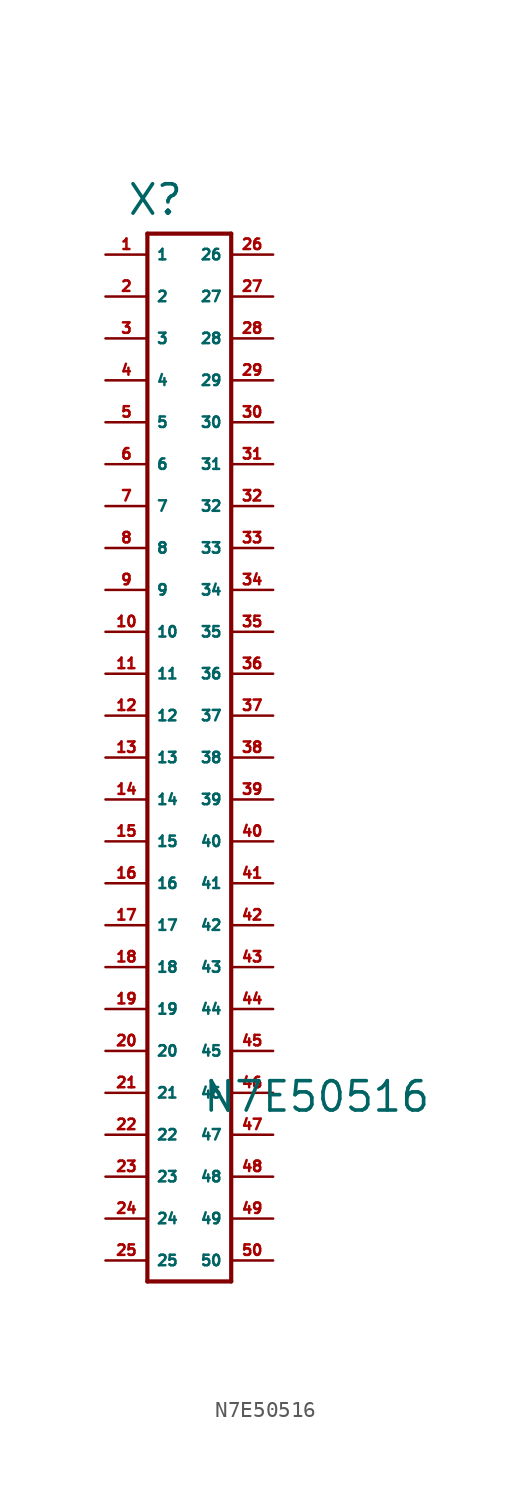
<source format=kicad_sym>
(kicad_symbol_lib
  (version 20220914)
  (generator Eagle2Kicad)
  (symbol "N7E50516"
    (property "Reference" "X"
      (at -3.81 30.226 0)
      (effects (font (size 1.778 1.778) (thickness 0.22)) (justify left bottom)))
    (property "Value" "N7E50516"
      (at 0.762 -24.13 0)
      (effects (font (size 1.778 1.778) (thickness 0.22)) (justify left bottom)))
    (polyline
      (pts (xy -2.54 29.21) (xy -2.54 -34.29))
      (stroke (width 0.254) (type default))
      (fill (type none)))
    (polyline
      (pts (xy -2.54 -34.29) (xy 2.54 -34.29))
      (stroke (width 0.254) (type default))
      (fill (type none)))
    (polyline
      (pts (xy 2.54 -34.29) (xy 2.54 29.21))
      (stroke (width 0.254) (type default))
      (fill (type none)))
    (polyline
      (pts (xy 2.54 29.21) (xy -2.54 29.21))
      (stroke (width 0.254) (type default))
      (fill (type none)))
    (pin passive line
      (at -5.08 27.94 0)
      (length 2.54)
      (name "1" (effects (font (size 0.635 0.635) (thickness 0.08)) (justify left bottom)))
      (number "1" (effects (font (size 0.635 0.635) (thickness 0.08)) (justify left bottom))))
    (pin passive line
      (at -5.08 25.4 0)
      (length 2.54)
      (name "2" (effects (font (size 0.635 0.635) (thickness 0.08)) (justify left bottom)))
      (number "2" (effects (font (size 0.635 0.635) (thickness 0.08)) (justify left bottom))))
    (pin passive line
      (at -5.08 22.86 0)
      (length 2.54)
      (name "3" (effects (font (size 0.635 0.635) (thickness 0.08)) (justify left bottom)))
      (number "3" (effects (font (size 0.635 0.635) (thickness 0.08)) (justify left bottom))))
    (pin passive line
      (at -5.08 20.32 0)
      (length 2.54)
      (name "4" (effects (font (size 0.635 0.635) (thickness 0.08)) (justify left bottom)))
      (number "4" (effects (font (size 0.635 0.635) (thickness 0.08)) (justify left bottom))))
    (pin passive line
      (at -5.08 17.78 0)
      (length 2.54)
      (name "5" (effects (font (size 0.635 0.635) (thickness 0.08)) (justify left bottom)))
      (number "5" (effects (font (size 0.635 0.635) (thickness 0.08)) (justify left bottom))))
    (pin passive line
      (at -5.08 15.24 0)
      (length 2.54)
      (name "6" (effects (font (size 0.635 0.635) (thickness 0.08)) (justify left bottom)))
      (number "6" (effects (font (size 0.635 0.635) (thickness 0.08)) (justify left bottom))))
    (pin passive line
      (at -5.08 12.7 0)
      (length 2.54)
      (name "7" (effects (font (size 0.635 0.635) (thickness 0.08)) (justify left bottom)))
      (number "7" (effects (font (size 0.635 0.635) (thickness 0.08)) (justify left bottom))))
    (pin passive line
      (at -5.08 10.16 0)
      (length 2.54)
      (name "8" (effects (font (size 0.635 0.635) (thickness 0.08)) (justify left bottom)))
      (number "8" (effects (font (size 0.635 0.635) (thickness 0.08)) (justify left bottom))))
    (pin passive line
      (at -5.08 7.62 0)
      (length 2.54)
      (name "9" (effects (font (size 0.635 0.635) (thickness 0.08)) (justify left bottom)))
      (number "9" (effects (font (size 0.635 0.635) (thickness 0.08)) (justify left bottom))))
    (pin passive line
      (at -5.08 5.08 0)
      (length 2.54)
      (name "10" (effects (font (size 0.635 0.635) (thickness 0.08)) (justify left bottom)))
      (number "10" (effects (font (size 0.635 0.635) (thickness 0.08)) (justify left bottom))))
    (pin passive line
      (at -5.08 2.54 0)
      (length 2.54)
      (name "11" (effects (font (size 0.635 0.635) (thickness 0.08)) (justify left bottom)))
      (number "11" (effects (font (size 0.635 0.635) (thickness 0.08)) (justify left bottom))))
    (pin passive line
      (at -5.08 0 0)
      (length 2.54)
      (name "12" (effects (font (size 0.635 0.635) (thickness 0.08)) (justify left bottom)))
      (number "12" (effects (font (size 0.635 0.635) (thickness 0.08)) (justify left bottom))))
    (pin passive line
      (at -5.08 -2.54 0)
      (length 2.54)
      (name "13" (effects (font (size 0.635 0.635) (thickness 0.08)) (justify left bottom)))
      (number "13" (effects (font (size 0.635 0.635) (thickness 0.08)) (justify left bottom))))
    (pin passive line
      (at -5.08 -5.08 0)
      (length 2.54)
      (name "14" (effects (font (size 0.635 0.635) (thickness 0.08)) (justify left bottom)))
      (number "14" (effects (font (size 0.635 0.635) (thickness 0.08)) (justify left bottom))))
    (pin passive line
      (at -5.08 -7.62 0)
      (length 2.54)
      (name "15" (effects (font (size 0.635 0.635) (thickness 0.08)) (justify left bottom)))
      (number "15" (effects (font (size 0.635 0.635) (thickness 0.08)) (justify left bottom))))
    (pin passive line
      (at -5.08 -10.16 0)
      (length 2.54)
      (name "16" (effects (font (size 0.635 0.635) (thickness 0.08)) (justify left bottom)))
      (number "16" (effects (font (size 0.635 0.635) (thickness 0.08)) (justify left bottom))))
    (pin passive line
      (at -5.08 -12.7 0)
      (length 2.54)
      (name "17" (effects (font (size 0.635 0.635) (thickness 0.08)) (justify left bottom)))
      (number "17" (effects (font (size 0.635 0.635) (thickness 0.08)) (justify left bottom))))
    (pin passive line
      (at -5.08 -15.24 0)
      (length 2.54)
      (name "18" (effects (font (size 0.635 0.635) (thickness 0.08)) (justify left bottom)))
      (number "18" (effects (font (size 0.635 0.635) (thickness 0.08)) (justify left bottom))))
    (pin passive line
      (at -5.08 -17.78 0)
      (length 2.54)
      (name "19" (effects (font (size 0.635 0.635) (thickness 0.08)) (justify left bottom)))
      (number "19" (effects (font (size 0.635 0.635) (thickness 0.08)) (justify left bottom))))
    (pin passive line
      (at -5.08 -20.32 0)
      (length 2.54)
      (name "20" (effects (font (size 0.635 0.635) (thickness 0.08)) (justify left bottom)))
      (number "20" (effects (font (size 0.635 0.635) (thickness 0.08)) (justify left bottom))))
    (pin passive line
      (at -5.08 -22.86 0)
      (length 2.54)
      (name "21" (effects (font (size 0.635 0.635) (thickness 0.08)) (justify left bottom)))
      (number "21" (effects (font (size 0.635 0.635) (thickness 0.08)) (justify left bottom))))
    (pin passive line
      (at -5.08 -25.4 0)
      (length 2.54)
      (name "22" (effects (font (size 0.635 0.635) (thickness 0.08)) (justify left bottom)))
      (number "22" (effects (font (size 0.635 0.635) (thickness 0.08)) (justify left bottom))))
    (pin passive line
      (at -5.08 -27.94 0)
      (length 2.54)
      (name "23" (effects (font (size 0.635 0.635) (thickness 0.08)) (justify left bottom)))
      (number "23" (effects (font (size 0.635 0.635) (thickness 0.08)) (justify left bottom))))
    (pin passive line
      (at -5.08 -30.48 0)
      (length 2.54)
      (name "24" (effects (font (size 0.635 0.635) (thickness 0.08)) (justify left bottom)))
      (number "24" (effects (font (size 0.635 0.635) (thickness 0.08)) (justify left bottom))))
    (pin passive line
      (at -5.08 -33.02 0)
      (length 2.54)
      (name "25" (effects (font (size 0.635 0.635) (thickness 0.08)) (justify left bottom)))
      (number "25" (effects (font (size 0.635 0.635) (thickness 0.08)) (justify left bottom))))
    (pin passive line
      (at 5.08 27.94 180)
      (length 2.54)
      (name "26" (effects (font (size 0.635 0.635) (thickness 0.08)) (justify left bottom)))
      (number "26" (effects (font (size 0.635 0.635) (thickness 0.08)) (justify left bottom))))
    (pin passive line
      (at 5.08 25.4 180)
      (length 2.54)
      (name "27" (effects (font (size 0.635 0.635) (thickness 0.08)) (justify left bottom)))
      (number "27" (effects (font (size 0.635 0.635) (thickness 0.08)) (justify left bottom))))
    (pin passive line
      (at 5.08 22.86 180)
      (length 2.54)
      (name "28" (effects (font (size 0.635 0.635) (thickness 0.08)) (justify left bottom)))
      (number "28" (effects (font (size 0.635 0.635) (thickness 0.08)) (justify left bottom))))
    (pin passive line
      (at 5.08 20.32 180)
      (length 2.54)
      (name "29" (effects (font (size 0.635 0.635) (thickness 0.08)) (justify left bottom)))
      (number "29" (effects (font (size 0.635 0.635) (thickness 0.08)) (justify left bottom))))
    (pin passive line
      (at 5.08 17.78 180)
      (length 2.54)
      (name "30" (effects (font (size 0.635 0.635) (thickness 0.08)) (justify left bottom)))
      (number "30" (effects (font (size 0.635 0.635) (thickness 0.08)) (justify left bottom))))
    (pin passive line
      (at 5.08 15.24 180)
      (length 2.54)
      (name "31" (effects (font (size 0.635 0.635) (thickness 0.08)) (justify left bottom)))
      (number "31" (effects (font (size 0.635 0.635) (thickness 0.08)) (justify left bottom))))
    (pin passive line
      (at 5.08 12.7 180)
      (length 2.54)
      (name "32" (effects (font (size 0.635 0.635) (thickness 0.08)) (justify left bottom)))
      (number "32" (effects (font (size 0.635 0.635) (thickness 0.08)) (justify left bottom))))
    (pin passive line
      (at 5.08 10.16 180)
      (length 2.54)
      (name "33" (effects (font (size 0.635 0.635) (thickness 0.08)) (justify left bottom)))
      (number "33" (effects (font (size 0.635 0.635) (thickness 0.08)) (justify left bottom))))
    (pin passive line
      (at 5.08 7.62 180)
      (length 2.54)
      (name "34" (effects (font (size 0.635 0.635) (thickness 0.08)) (justify left bottom)))
      (number "34" (effects (font (size 0.635 0.635) (thickness 0.08)) (justify left bottom))))
    (pin passive line
      (at 5.08 5.08 180)
      (length 2.54)
      (name "35" (effects (font (size 0.635 0.635) (thickness 0.08)) (justify left bottom)))
      (number "35" (effects (font (size 0.635 0.635) (thickness 0.08)) (justify left bottom))))
    (pin passive line
      (at 5.08 2.54 180)
      (length 2.54)
      (name "36" (effects (font (size 0.635 0.635) (thickness 0.08)) (justify left bottom)))
      (number "36" (effects (font (size 0.635 0.635) (thickness 0.08)) (justify left bottom))))
    (pin passive line
      (at 5.08 0 180)
      (length 2.54)
      (name "37" (effects (font (size 0.635 0.635) (thickness 0.08)) (justify left bottom)))
      (number "37" (effects (font (size 0.635 0.635) (thickness 0.08)) (justify left bottom))))
    (pin passive line
      (at 5.08 -2.54 180)
      (length 2.54)
      (name "38" (effects (font (size 0.635 0.635) (thickness 0.08)) (justify left bottom)))
      (number "38" (effects (font (size 0.635 0.635) (thickness 0.08)) (justify left bottom))))
    (pin passive line
      (at 5.08 -5.08 180)
      (length 2.54)
      (name "39" (effects (font (size 0.635 0.635) (thickness 0.08)) (justify left bottom)))
      (number "39" (effects (font (size 0.635 0.635) (thickness 0.08)) (justify left bottom))))
    (pin passive line
      (at 5.08 -7.62 180)
      (length 2.54)
      (name "40" (effects (font (size 0.635 0.635) (thickness 0.08)) (justify left bottom)))
      (number "40" (effects (font (size 0.635 0.635) (thickness 0.08)) (justify left bottom))))
    (pin passive line
      (at 5.08 -10.16 180)
      (length 2.54)
      (name "41" (effects (font (size 0.635 0.635) (thickness 0.08)) (justify left bottom)))
      (number "41" (effects (font (size 0.635 0.635) (thickness 0.08)) (justify left bottom))))
    (pin passive line
      (at 5.08 -12.7 180)
      (length 2.54)
      (name "42" (effects (font (size 0.635 0.635) (thickness 0.08)) (justify left bottom)))
      (number "42" (effects (font (size 0.635 0.635) (thickness 0.08)) (justify left bottom))))
    (pin passive line
      (at 5.08 -15.24 180)
      (length 2.54)
      (name "43" (effects (font (size 0.635 0.635) (thickness 0.08)) (justify left bottom)))
      (number "43" (effects (font (size 0.635 0.635) (thickness 0.08)) (justify left bottom))))
    (pin passive line
      (at 5.08 -17.78 180)
      (length 2.54)
      (name "44" (effects (font (size 0.635 0.635) (thickness 0.08)) (justify left bottom)))
      (number "44" (effects (font (size 0.635 0.635) (thickness 0.08)) (justify left bottom))))
    (pin passive line
      (at 5.08 -20.32 180)
      (length 2.54)
      (name "45" (effects (font (size 0.635 0.635) (thickness 0.08)) (justify left bottom)))
      (number "45" (effects (font (size 0.635 0.635) (thickness 0.08)) (justify left bottom))))
    (pin passive line
      (at 5.08 -22.86 180)
      (length 2.54)
      (name "46" (effects (font (size 0.635 0.635) (thickness 0.08)) (justify left bottom)))
      (number "46" (effects (font (size 0.635 0.635) (thickness 0.08)) (justify left bottom))))
    (pin passive line
      (at 5.08 -25.4 180)
      (length 2.54)
      (name "47" (effects (font (size 0.635 0.635) (thickness 0.08)) (justify left bottom)))
      (number "47" (effects (font (size 0.635 0.635) (thickness 0.08)) (justify left bottom))))
    (pin passive line
      (at 5.08 -27.94 180)
      (length 2.54)
      (name "48" (effects (font (size 0.635 0.635) (thickness 0.08)) (justify left bottom)))
      (number "48" (effects (font (size 0.635 0.635) (thickness 0.08)) (justify left bottom))))
    (pin passive line
      (at 5.08 -30.48 180)
      (length 2.54)
      (name "49" (effects (font (size 0.635 0.635) (thickness 0.08)) (justify left bottom)))
      (number "49" (effects (font (size 0.635 0.635) (thickness 0.08)) (justify left bottom))))
    (pin passive line
      (at 5.08 -33.02 180)
      (length 2.54)
      (name "50" (effects (font (size 0.635 0.635) (thickness 0.08)) (justify left bottom)))
      (number "50" (effects (font (size 0.635 0.635) (thickness 0.08)) (justify left bottom))))))
</source>
